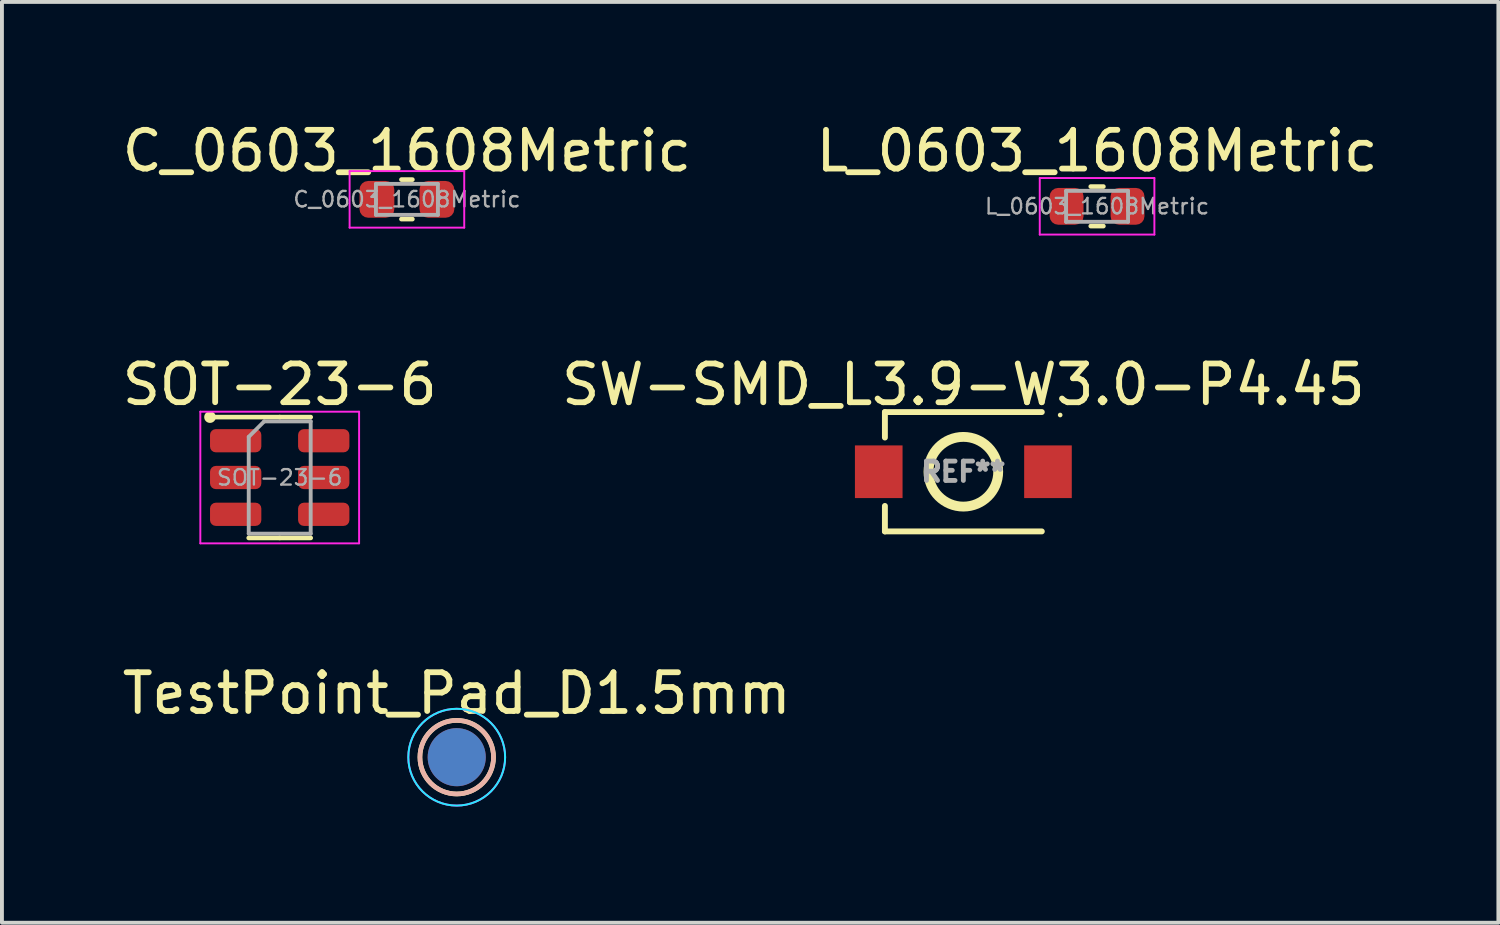
<source format=kicad_pcb>
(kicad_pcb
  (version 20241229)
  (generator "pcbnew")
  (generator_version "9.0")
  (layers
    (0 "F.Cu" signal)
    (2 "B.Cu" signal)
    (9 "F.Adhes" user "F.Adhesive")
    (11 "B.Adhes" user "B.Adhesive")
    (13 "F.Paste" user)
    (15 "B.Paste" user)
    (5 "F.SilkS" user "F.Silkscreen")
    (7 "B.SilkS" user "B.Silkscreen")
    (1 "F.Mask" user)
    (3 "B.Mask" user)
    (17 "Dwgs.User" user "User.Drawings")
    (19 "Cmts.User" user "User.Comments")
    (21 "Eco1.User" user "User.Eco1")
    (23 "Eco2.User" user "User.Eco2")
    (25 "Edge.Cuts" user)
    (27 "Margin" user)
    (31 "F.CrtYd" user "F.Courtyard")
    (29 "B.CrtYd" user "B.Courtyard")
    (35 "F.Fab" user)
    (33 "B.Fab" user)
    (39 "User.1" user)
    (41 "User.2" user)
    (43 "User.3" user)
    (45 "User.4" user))
  (footprint "SW-SMD_L3.9-W3.0-P4.45"
    (layer "F.Cu")
    (at 21.827 9.132)
    (property "Reference" "SW-SMD_L3.9-W3.0-P4.45" (at 0 -2.25 0) (layer "F.SilkS") (effects (font (size 1 1) (thickness 0.15))))
    (attr smd)
    (fp_line (start -2.026 -1.541) (end -2.026 -0.883) (stroke (width 0.152) (type solid)) (layer "F.SilkS"))
    (fp_line (start -2.026 1.541) (end -2.026 0.883) (stroke (width 0.152) (type solid)) (layer "F.SilkS"))
    (fp_line (start 2.026 -1.541) (end -2.026 -1.541) (stroke (width 0.152) (type solid)) (layer "F.SilkS"))
    (fp_line (start 2.026 1.541) (end -2.026 1.541) (stroke (width 0.152) (type solid)) (layer "F.SilkS"))
    (fp_circle (center -0.000025 -0.000025) (end 0.9 -0.000025) (stroke (width 0.254) (type solid)) (fill no) (layer "F.SilkS"))
    (fp_circle (center 2.5 -1.465) (end 2.53 -1.465) (stroke (width 0.06) (type solid)) (fill no) (layer "F.SilkS"))
    (fp_text user "REF**" (at 0 0 0) (layer "F.Fab") (effects (font (size 0.5 0.5) (thickness 0.125))))
    (pad "1" smd rect (at -2.185 0) (size 1.23 1.36) (layers "F.Cu" "F.Mask" "F.Paste"))
    (pad "2" smd rect (at 2.185 0) (size 1.23 1.36) (layers "F.Cu" "F.Mask" "F.Paste")))
  (footprint "C_0603_1608Metric"
    (layer "F.Cu")
    (at 7.458 2.098)
    (property "Reference" "C_0603_1608Metric" (at 0 -1.25 0) (layer "F.SilkS") (effects (font (size 1 1) (thickness 0.15))))
    (attr smd)
    (fp_line (start -0.141 -0.51) (end 0.141 -0.51) (stroke (width 0.12) (type solid)) (layer "F.SilkS"))
    (fp_line (start -0.141 0.51) (end 0.141 0.51) (stroke (width 0.12) (type solid)) (layer "F.SilkS"))
    (fp_line (start -1.48 -0.73) (end 1.48 -0.73) (stroke (width 0.05) (type solid)) (layer "F.CrtYd"))
    (fp_line (start -1.48 0.73) (end -1.48 -0.73) (stroke (width 0.05) (type solid)) (layer "F.CrtYd"))
    (fp_line (start 1.48 -0.73) (end 1.48 0.73) (stroke (width 0.05) (type solid)) (layer "F.CrtYd"))
    (fp_line (start 1.48 0.73) (end -1.48 0.73) (stroke (width 0.05) (type solid)) (layer "F.CrtYd"))
    (fp_line (start -0.8 -0.4) (end 0.8 -0.4) (stroke (width 0.1) (type solid)) (layer "F.Fab"))
    (fp_line (start -0.8 0.4) (end -0.8 -0.4) (stroke (width 0.1) (type solid)) (layer "F.Fab"))
    (fp_line (start 0.8 -0.4) (end 0.8 0.4) (stroke (width 0.1) (type solid)) (layer "F.Fab"))
    (fp_line (start 0.8 0.4) (end -0.8 0.4) (stroke (width 0.1) (type solid)) (layer "F.Fab"))
    (fp_text user "${REFERENCE}" (at 0 0 0) (layer "F.Fab") (effects (font (size 0.4 0.4) (thickness 0.06))))
    (pad "1" smd roundrect (at -0.775 0) (size 0.9 0.95) (layers "F.Cu" "F.Mask" "F.Paste") (roundrect_rratio 0.25))
    (pad "2" smd roundrect (at 0.775 0) (size 0.9 0.95) (layers "F.Cu" "F.Mask" "F.Paste") (roundrect_rratio 0.25)))
  (footprint "L_0603_1608Metric"
    (layer "F.Cu")
    (at 25.28 2.278)
    (property "Reference" "L_0603_1608Metric" (at 0 -1.43 0) (layer "F.SilkS") (effects (font (size 1 1) (thickness 0.15))))
    (attr smd)
    (fp_line (start -0.163 -0.51) (end 0.163 -0.51) (stroke (width 0.12) (type solid)) (layer "F.SilkS"))
    (fp_line (start -0.163 0.51) (end 0.163 0.51) (stroke (width 0.12) (type solid)) (layer "F.SilkS"))
    (fp_line (start -1.48 -0.73) (end 1.48 -0.73) (stroke (width 0.05) (type solid)) (layer "F.CrtYd"))
    (fp_line (start -1.48 0.73) (end -1.48 -0.73) (stroke (width 0.05) (type solid)) (layer "F.CrtYd"))
    (fp_line (start 1.48 -0.73) (end 1.48 0.73) (stroke (width 0.05) (type solid)) (layer "F.CrtYd"))
    (fp_line (start 1.48 0.73) (end -1.48 0.73) (stroke (width 0.05) (type solid)) (layer "F.CrtYd"))
    (fp_line (start -0.8 -0.4) (end 0.8 -0.4) (stroke (width 0.1) (type solid)) (layer "F.Fab"))
    (fp_line (start -0.8 0.4) (end -0.8 -0.4) (stroke (width 0.1) (type solid)) (layer "F.Fab"))
    (fp_line (start 0.8 -0.4) (end 0.8 0.4) (stroke (width 0.1) (type solid)) (layer "F.Fab"))
    (fp_line (start 0.8 0.4) (end -0.8 0.4) (stroke (width 0.1) (type solid)) (layer "F.Fab"))
    (fp_text user "${REFERENCE}" (at 0 0 0) (layer "F.Fab") (effects (font (size 0.4 0.4) (thickness 0.06))))
    (pad "1" smd roundrect (at -0.787 0) (size 0.875 0.95) (layers "F.Cu" "F.Mask" "F.Paste") (roundrect_rratio 0.25))
    (pad "2" smd roundrect (at 0.787 0) (size 0.875 0.95) (layers "F.Cu" "F.Mask" "F.Paste") (roundrect_rratio 0.25)))
  (footprint "SOT-23-6"
    (layer "F.Cu")
    (at 4.173 9.281)
    (property "Reference" "SOT-23-6" (at 0 -2.4 0) (layer "F.SilkS") (effects (font (size 1 1) (thickness 0.15))))
    (attr smd)
    (fp_line (start 0 -1.56) (end -1.8 -1.56) (stroke (width 0.12) (type solid)) (layer "F.SilkS"))
    (fp_line (start 0 -1.56) (end 0.8 -1.56) (stroke (width 0.12) (type solid)) (layer "F.SilkS"))
    (fp_line (start 0 1.56) (end -0.8 1.56) (stroke (width 0.12) (type solid)) (layer "F.SilkS"))
    (fp_line (start 0 1.56) (end 0.8 1.56) (stroke (width 0.12) (type solid)) (layer "F.SilkS"))
    (fp_circle (center -1.8 -1.56) (end -1.7 -1.56) (stroke (width 0.1) (type solid)) (fill yes) (layer "F.SilkS"))
    (fp_line (start -2.05 -1.7) (end -2.05 1.7) (stroke (width 0.05) (type solid)) (layer "F.CrtYd"))
    (fp_line (start -2.05 1.7) (end 2.05 1.7) (stroke (width 0.05) (type solid)) (layer "F.CrtYd"))
    (fp_line (start 2.05 -1.7) (end -2.05 -1.7) (stroke (width 0.05) (type solid)) (layer "F.CrtYd"))
    (fp_line (start 2.05 1.7) (end 2.05 -1.7) (stroke (width 0.05) (type solid)) (layer "F.CrtYd"))
    (fp_line (start -0.8 -1.05) (end -0.4 -1.45) (stroke (width 0.1) (type solid)) (layer "F.Fab"))
    (fp_line (start -0.8 1.45) (end -0.8 -1.05) (stroke (width 0.1) (type solid)) (layer "F.Fab"))
    (fp_line (start -0.4 -1.45) (end 0.8 -1.45) (stroke (width 0.1) (type solid)) (layer "F.Fab"))
    (fp_line (start 0.8 -1.45) (end 0.8 1.45) (stroke (width 0.1) (type solid)) (layer "F.Fab"))
    (fp_line (start 0.8 1.45) (end -0.8 1.45) (stroke (width 0.1) (type solid)) (layer "F.Fab"))
    (fp_text user "${REFERENCE}" (at 0 0 0) (layer "F.Fab") (effects (font (size 0.4 0.4) (thickness 0.06))))
    (pad "1" smd roundrect (at -1.137 -0.95) (size 1.325 0.6) (layers "F.Cu" "F.Mask" "F.Paste") (roundrect_rratio 0.25))
    (pad "2" smd roundrect (at -1.137 0) (size 1.325 0.6) (layers "F.Cu" "F.Mask" "F.Paste") (roundrect_rratio 0.25))
    (pad "3" smd roundrect (at -1.137 0.95) (size 1.325 0.6) (layers "F.Cu" "F.Mask" "F.Paste") (roundrect_rratio 0.25))
    (pad "4" smd roundrect (at 1.137 0.95) (size 1.325 0.6) (layers "F.Cu" "F.Mask" "F.Paste") (roundrect_rratio 0.25))
    (pad "5" smd roundrect (at 1.137 0) (size 1.325 0.6) (layers "F.Cu" "F.Mask" "F.Paste") (roundrect_rratio 0.25))
    (pad "6" smd roundrect (at 1.137 -0.95) (size 1.325 0.6) (layers "F.Cu" "F.Mask" "F.Paste") (roundrect_rratio 0.25)))
  (footprint "TestPoint_Pad_D1.5mm"
    (layer "F.Cu")
    (at 8.744 16.503)
    (property "Reference" "TestPoint_Pad_D1.5mm" (at 0 -1.648 0) (layer "F.SilkS") (effects (font (size 1 1) (thickness 0.15))))
    (attr exclude_from_pos_files)
    (fp_circle (center 0 0) (end 0 0.95) (stroke (width 0.12) (type solid)) (fill no) (layer "F.SilkS"))
    (fp_circle (center 0 0) (end 0.95 0) (stroke (width 0.12) (type solid)) (fill no) (layer "B.SilkS"))
    (fp_circle (center 0 0) (end 1.25 0) (stroke (width 0.05) (type solid)) (fill no) (layer "B.CrtYd"))
    (fp_circle (center 0 0) (end 1.25 0) (stroke (width 0.05) (type solid)) (fill no) (layer "F.CrtYd"))
    (pad "1" smd circle (at 0 0) (size 1.5 1.5) (layers "F.Cu" "F.Mask"))
    (pad "1" smd circle (at 0 0) (size 1.5 1.5) (layers "B.Cu" "B.Mask")))
  (gr_rect
    (start -3 -3)
    (end 35.643 20.778)
    (stroke (width 0.1) (type default))
    (fill no)
    (layer "Edge.Cuts")))
</source>
